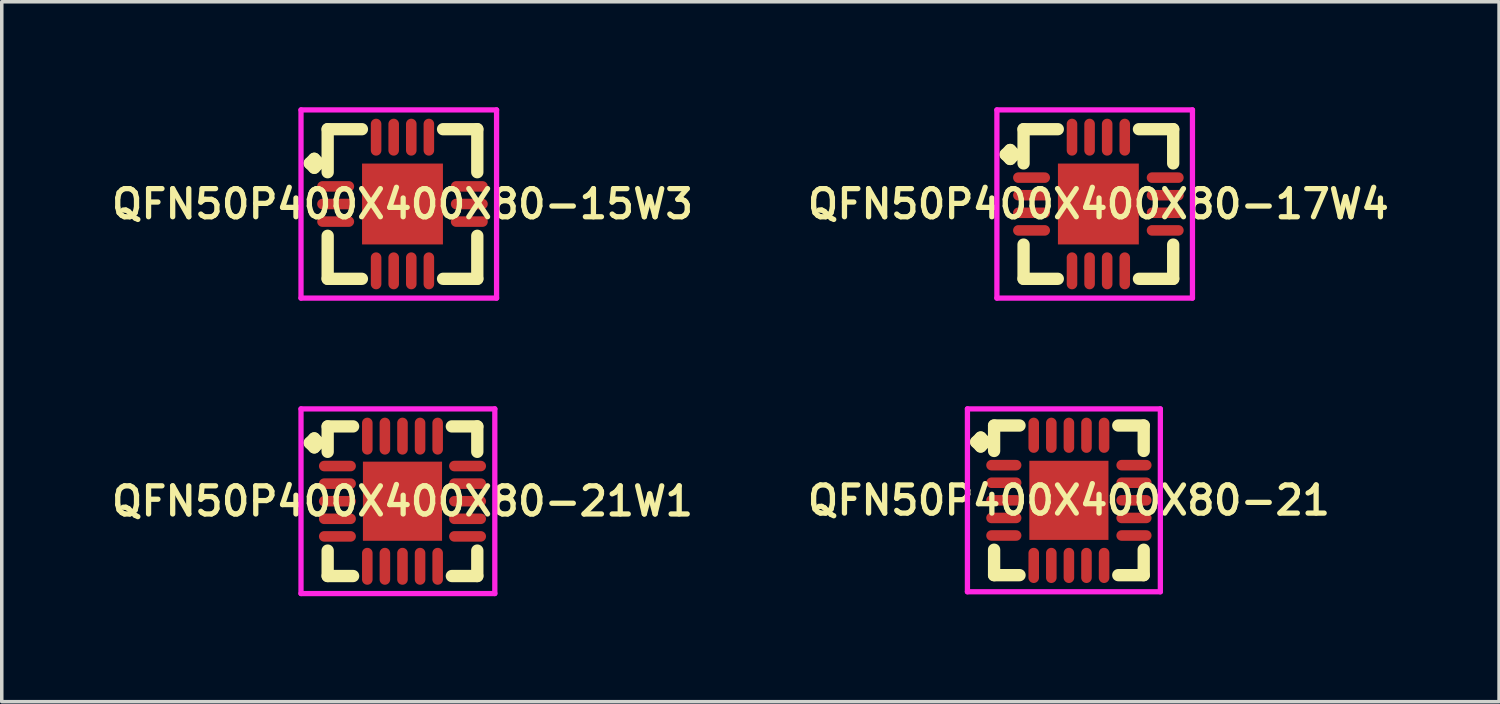
<source format=kicad_pcb>
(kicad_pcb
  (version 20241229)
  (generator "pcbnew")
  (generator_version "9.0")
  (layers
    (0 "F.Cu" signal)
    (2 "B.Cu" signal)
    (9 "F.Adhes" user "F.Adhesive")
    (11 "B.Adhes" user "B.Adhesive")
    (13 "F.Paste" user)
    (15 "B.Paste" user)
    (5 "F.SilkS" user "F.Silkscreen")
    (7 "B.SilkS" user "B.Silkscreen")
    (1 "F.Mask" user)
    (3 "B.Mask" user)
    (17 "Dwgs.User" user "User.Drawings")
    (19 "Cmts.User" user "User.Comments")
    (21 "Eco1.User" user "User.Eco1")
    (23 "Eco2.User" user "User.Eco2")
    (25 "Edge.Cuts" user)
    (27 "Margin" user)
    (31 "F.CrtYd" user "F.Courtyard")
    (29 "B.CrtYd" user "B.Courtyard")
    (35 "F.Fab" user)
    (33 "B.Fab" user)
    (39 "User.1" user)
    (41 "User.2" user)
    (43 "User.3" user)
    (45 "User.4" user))
  (footprint "QFN50P400X400X80-21"
    (layer "F.Cu")
    (at 27.34 11.175)
    (property "Reference" "QFN50P400X400X80-21" (at 0 0 0) (layer "F.SilkS") (effects (font (size 0.8 0.8) (thickness 0.15))))
    (attr smd)
    (fp_line (start -2.635 -1.658) (end -2.508 -1.785) (stroke (width 0.35) (type solid)) (layer "F.SilkS"))
    (fp_line (start -2.508 -1.785) (end -2.381 -1.658) (stroke (width 0.35) (type solid)) (layer "F.SilkS"))
    (fp_line (start -2.508 -1.531) (end -2.635 -1.658) (stroke (width 0.35) (type solid)) (layer "F.SilkS"))
    (fp_line (start -2.381 -1.658) (end -2.508 -1.531) (stroke (width 0.35) (type solid)) (layer "F.SilkS"))
    (fp_line (start -2.127 -2.127) (end -1.404 -2.127) (stroke (width 0.35) (type solid)) (layer "F.SilkS"))
    (fp_line (start -2.127 -1.404) (end -2.127 -2.127) (stroke (width 0.35) (type solid)) (layer "F.SilkS"))
    (fp_line (start -2.127 1.404) (end -2.127 2.127) (stroke (width 0.35) (type solid)) (layer "F.SilkS"))
    (fp_line (start -2.127 2.127) (end -1.404 2.127) (stroke (width 0.35) (type solid)) (layer "F.SilkS"))
    (fp_line (start 1.404 -2.127) (end 2.127 -2.127) (stroke (width 0.35) (type solid)) (layer "F.SilkS"))
    (fp_line (start 1.404 2.127) (end 2.127 2.127) (stroke (width 0.35) (type solid)) (layer "F.SilkS"))
    (fp_line (start 2.127 -2.127) (end 2.127 -1.404) (stroke (width 0.35) (type solid)) (layer "F.SilkS"))
    (fp_line (start 2.127 2.127) (end 2.127 1.404) (stroke (width 0.35) (type solid)) (layer "F.SilkS"))
    (fp_line (start -2.885 -2.6) (end 2.6 -2.6) (stroke (width 0.15) (type solid)) (layer "F.CrtYd"))
    (fp_line (start -2.885 2.6) (end -2.885 -2.6) (stroke (width 0.15) (type solid)) (layer "F.CrtYd"))
    (fp_line (start 2.6 -2.6) (end 2.6 2.6) (stroke (width 0.15) (type solid)) (layer "F.CrtYd"))
    (fp_line (start 2.6 2.6) (end -2.885 2.6) (stroke (width 0.15) (type solid)) (layer "F.CrtYd"))
    (pad "1" smd oval (at -1.85 -1) (size 1 0.3) (layers "F.Cu" "F.Mask" "F.Paste"))
    (pad "2" smd oval (at -1.85 -0.5) (size 1 0.3) (layers "F.Cu" "F.Mask" "F.Paste"))
    (pad "3" smd oval (at -1.85 0) (size 1 0.3) (layers "F.Cu" "F.Mask" "F.Paste"))
    (pad "4" smd oval (at -1.85 0.5) (size 1 0.3) (layers "F.Cu" "F.Mask" "F.Paste"))
    (pad "5" smd oval (at -1.85 1) (size 1 0.3) (layers "F.Cu" "F.Mask" "F.Paste"))
    (pad "6" smd oval (at -1 1.85) (size 0.3 1) (layers "F.Cu" "F.Mask" "F.Paste"))
    (pad "7" smd oval (at -0.5 1.85) (size 0.3 1) (layers "F.Cu" "F.Mask" "F.Paste"))
    (pad "8" smd oval (at 0 1.85) (size 0.3 1) (layers "F.Cu" "F.Mask" "F.Paste"))
    (pad "9" smd oval (at 0.5 1.85) (size 0.3 1) (layers "F.Cu" "F.Mask" "F.Paste"))
    (pad "10" smd oval (at 1 1.85) (size 0.3 1) (layers "F.Cu" "F.Mask" "F.Paste"))
    (pad "11" smd oval (at 1.85 1) (size 1 0.3) (layers "F.Cu" "F.Mask" "F.Paste"))
    (pad "12" smd oval (at 1.85 0.5) (size 1 0.3) (layers "F.Cu" "F.Mask" "F.Paste"))
    (pad "13" smd oval (at 1.85 0) (size 1 0.3) (layers "F.Cu" "F.Mask" "F.Paste"))
    (pad "14" smd oval (at 1.85 -0.5) (size 1 0.3) (layers "F.Cu" "F.Mask" "F.Paste"))
    (pad "15" smd oval (at 1.85 -1) (size 1 0.3) (layers "F.Cu" "F.Mask" "F.Paste"))
    (pad "16" smd oval (at 1 -1.85) (size 0.3 1) (layers "F.Cu" "F.Mask" "F.Paste"))
    (pad "17" smd oval (at 0.5 -1.85) (size 0.3 1) (layers "F.Cu" "F.Mask" "F.Paste"))
    (pad "18" smd oval (at 0 -1.85) (size 0.3 1) (layers "F.Cu" "F.Mask" "F.Paste"))
    (pad "19" smd oval (at -0.5 -1.85) (size 0.3 1) (layers "F.Cu" "F.Mask" "F.Paste"))
    (pad "20" smd oval (at -1 -1.85) (size 0.3 1) (layers "F.Cu" "F.Mask" "F.Paste"))
    (pad "21" smd rect (at 0 0) (size 2.25 2.25) (layers "F.Cu" "F.Mask" "F.Paste")))
  (footprint "QFN50P400X400X80-21W1"
    (layer "F.Cu")
    (at 8.393 11.2)
    (property "Reference" "QFN50P400X400X80-21W1" (at 0 0 0) (layer "F.SilkS") (effects (font (size 0.8 0.8) (thickness 0.15))))
    (attr smd)
    (fp_line (start -2.635 -1.658) (end -2.508 -1.785) (stroke (width 0.35) (type solid)) (layer "F.SilkS"))
    (fp_line (start -2.508 -1.785) (end -2.381 -1.658) (stroke (width 0.35) (type solid)) (layer "F.SilkS"))
    (fp_line (start -2.508 -1.531) (end -2.635 -1.658) (stroke (width 0.35) (type solid)) (layer "F.SilkS"))
    (fp_line (start -2.381 -1.658) (end -2.508 -1.531) (stroke (width 0.35) (type solid)) (layer "F.SilkS"))
    (fp_line (start -2.127 -2.127) (end -1.404 -2.127) (stroke (width 0.35) (type solid)) (layer "F.SilkS"))
    (fp_line (start -2.127 -1.404) (end -2.127 -2.127) (stroke (width 0.35) (type solid)) (layer "F.SilkS"))
    (fp_line (start -2.127 1.404) (end -2.127 2.127) (stroke (width 0.35) (type solid)) (layer "F.SilkS"))
    (fp_line (start -2.127 2.127) (end -1.404 2.127) (stroke (width 0.35) (type solid)) (layer "F.SilkS"))
    (fp_line (start 1.404 -2.127) (end 2.127 -2.127) (stroke (width 0.35) (type solid)) (layer "F.SilkS"))
    (fp_line (start 1.404 2.127) (end 2.127 2.127) (stroke (width 0.35) (type solid)) (layer "F.SilkS"))
    (fp_line (start 2.127 -2.127) (end 2.127 -1.404) (stroke (width 0.35) (type solid)) (layer "F.SilkS"))
    (fp_line (start 2.127 2.127) (end 2.127 1.404) (stroke (width 0.35) (type solid)) (layer "F.SilkS"))
    (fp_line (start -2.885 -2.625) (end 2.625 -2.625) (stroke (width 0.15) (type solid)) (layer "F.CrtYd"))
    (fp_line (start -2.885 2.625) (end -2.885 -2.625) (stroke (width 0.15) (type solid)) (layer "F.CrtYd"))
    (fp_line (start 2.625 -2.625) (end 2.625 2.625) (stroke (width 0.15) (type solid)) (layer "F.CrtYd"))
    (fp_line (start 2.625 2.625) (end -2.885 2.625) (stroke (width 0.15) (type solid)) (layer "F.CrtYd"))
    (pad "1" smd oval (at -1.85 -1) (size 1.05 0.3) (layers "F.Cu" "F.Mask" "F.Paste"))
    (pad "2" smd oval (at -1.85 -0.5) (size 1.05 0.3) (layers "F.Cu" "F.Mask" "F.Paste"))
    (pad "3" smd oval (at -1.85 0) (size 1.05 0.3) (layers "F.Cu" "F.Mask" "F.Paste"))
    (pad "4" smd oval (at -1.85 0.5) (size 1.05 0.3) (layers "F.Cu" "F.Mask" "F.Paste"))
    (pad "5" smd oval (at -1.85 1) (size 1.05 0.3) (layers "F.Cu" "F.Mask" "F.Paste"))
    (pad "6" smd oval (at -1 1.85) (size 0.3 1.05) (layers "F.Cu" "F.Mask" "F.Paste"))
    (pad "7" smd oval (at -0.5 1.85) (size 0.3 1.05) (layers "F.Cu" "F.Mask" "F.Paste"))
    (pad "8" smd oval (at 0 1.85) (size 0.3 1.05) (layers "F.Cu" "F.Mask" "F.Paste"))
    (pad "9" smd oval (at 0.5 1.85) (size 0.3 1.05) (layers "F.Cu" "F.Mask" "F.Paste"))
    (pad "10" smd oval (at 1 1.85) (size 0.3 1.05) (layers "F.Cu" "F.Mask" "F.Paste"))
    (pad "11" smd oval (at 1.85 1) (size 1.05 0.3) (layers "F.Cu" "F.Mask" "F.Paste"))
    (pad "12" smd oval (at 1.85 0.5) (size 1.05 0.3) (layers "F.Cu" "F.Mask" "F.Paste"))
    (pad "13" smd oval (at 1.85 0) (size 1.05 0.3) (layers "F.Cu" "F.Mask" "F.Paste"))
    (pad "14" smd oval (at 1.85 -0.5) (size 1.05 0.3) (layers "F.Cu" "F.Mask" "F.Paste"))
    (pad "15" smd oval (at 1.85 -1) (size 1.05 0.3) (layers "F.Cu" "F.Mask" "F.Paste"))
    (pad "16" smd oval (at 1 -1.85) (size 0.3 1.05) (layers "F.Cu" "F.Mask" "F.Paste"))
    (pad "17" smd oval (at 0.5 -1.85) (size 0.3 1.05) (layers "F.Cu" "F.Mask" "F.Paste"))
    (pad "18" smd oval (at 0 -1.85) (size 0.3 1.05) (layers "F.Cu" "F.Mask" "F.Paste"))
    (pad "19" smd oval (at -0.5 -1.85) (size 0.3 1.05) (layers "F.Cu" "F.Mask" "F.Paste"))
    (pad "20" smd oval (at -1 -1.85) (size 0.3 1.05) (layers "F.Cu" "F.Mask" "F.Paste"))
    (pad "21" smd rect (at 0 0) (size 2.25 2.25) (layers "F.Cu" "F.Mask" "F.Paste")))
  (footprint "QFN50P400X400X80-17W4"
    (layer "F.Cu")
    (at 28.178 2.75)
    (property "Reference" "QFN50P400X400X80-17W4" (at 0 0 0) (layer "F.SilkS") (effects (font (size 0.8 0.8) (thickness 0.15))))
    (attr smd)
    (fp_line (start -2.635 -1.408) (end -2.508 -1.535) (stroke (width 0.35) (type solid)) (layer "F.SilkS"))
    (fp_line (start -2.508 -1.535) (end -2.381 -1.408) (stroke (width 0.35) (type solid)) (layer "F.SilkS"))
    (fp_line (start -2.508 -1.281) (end -2.635 -1.408) (stroke (width 0.35) (type solid)) (layer "F.SilkS"))
    (fp_line (start -2.381 -1.408) (end -2.508 -1.281) (stroke (width 0.35) (type solid)) (layer "F.SilkS"))
    (fp_line (start -2.127 -2.127) (end -1.154 -2.127) (stroke (width 0.35) (type solid)) (layer "F.SilkS"))
    (fp_line (start -2.127 -1.154) (end -2.127 -2.127) (stroke (width 0.35) (type solid)) (layer "F.SilkS"))
    (fp_line (start -2.127 1.154) (end -2.127 2.127) (stroke (width 0.35) (type solid)) (layer "F.SilkS"))
    (fp_line (start -2.127 2.127) (end -1.154 2.127) (stroke (width 0.35) (type solid)) (layer "F.SilkS"))
    (fp_line (start 1.154 -2.127) (end 2.127 -2.127) (stroke (width 0.35) (type solid)) (layer "F.SilkS"))
    (fp_line (start 1.154 2.127) (end 2.127 2.127) (stroke (width 0.35) (type solid)) (layer "F.SilkS"))
    (fp_line (start 2.127 -2.127) (end 2.127 -1.154) (stroke (width 0.35) (type solid)) (layer "F.SilkS"))
    (fp_line (start 2.127 2.127) (end 2.127 1.154) (stroke (width 0.35) (type solid)) (layer "F.SilkS"))
    (fp_line (start -2.885 -2.675) (end 2.675 -2.675) (stroke (width 0.15) (type solid)) (layer "F.CrtYd"))
    (fp_line (start -2.885 2.675) (end -2.885 -2.675) (stroke (width 0.15) (type solid)) (layer "F.CrtYd"))
    (fp_line (start 2.675 -2.675) (end 2.675 2.675) (stroke (width 0.15) (type solid)) (layer "F.CrtYd"))
    (fp_line (start 2.675 2.675) (end -2.885 2.675) (stroke (width 0.15) (type solid)) (layer "F.CrtYd"))
    (pad "1" smd oval (at -1.9 -0.75) (size 1.05 0.3) (layers "F.Cu" "F.Mask" "F.Paste"))
    (pad "2" smd oval (at -1.9 -0.25) (size 1.05 0.3) (layers "F.Cu" "F.Mask" "F.Paste"))
    (pad "3" smd oval (at -1.9 0.25) (size 1.05 0.3) (layers "F.Cu" "F.Mask" "F.Paste"))
    (pad "4" smd oval (at -1.9 0.75) (size 1.05 0.3) (layers "F.Cu" "F.Mask" "F.Paste"))
    (pad "5" smd oval (at -0.75 1.9) (size 0.3 1.05) (layers "F.Cu" "F.Mask" "F.Paste"))
    (pad "6" smd oval (at -0.25 1.9) (size 0.3 1.05) (layers "F.Cu" "F.Mask" "F.Paste"))
    (pad "7" smd oval (at 0.25 1.9) (size 0.3 1.05) (layers "F.Cu" "F.Mask" "F.Paste"))
    (pad "8" smd oval (at 0.75 1.9) (size 0.3 1.05) (layers "F.Cu" "F.Mask" "F.Paste"))
    (pad "9" smd oval (at 1.9 0.75) (size 1.05 0.3) (layers "F.Cu" "F.Mask" "F.Paste"))
    (pad "10" smd oval (at 1.9 0.25) (size 1.05 0.3) (layers "F.Cu" "F.Mask" "F.Paste"))
    (pad "11" smd oval (at 1.9 -0.25) (size 1.05 0.3) (layers "F.Cu" "F.Mask" "F.Paste"))
    (pad "12" smd oval (at 1.9 -0.75) (size 1.05 0.3) (layers "F.Cu" "F.Mask" "F.Paste"))
    (pad "13" smd oval (at 0.75 -1.9) (size 0.3 1.05) (layers "F.Cu" "F.Mask" "F.Paste"))
    (pad "14" smd oval (at 0.25 -1.9) (size 0.3 1.05) (layers "F.Cu" "F.Mask" "F.Paste"))
    (pad "15" smd oval (at -0.25 -1.9) (size 0.3 1.05) (layers "F.Cu" "F.Mask" "F.Paste"))
    (pad "16" smd oval (at -0.75 -1.9) (size 0.3 1.05) (layers "F.Cu" "F.Mask" "F.Paste"))
    (pad "17" smd rect (at 0 0) (size 2.3 2.3) (layers "F.Cu" "F.Mask" "F.Paste")))
  (footprint "QFN50P400X400X80-15W3"
    (layer "F.Cu")
    (at 8.393 2.75)
    (property "Reference" "QFN50P400X400X80-15W3" (at 0 0 0) (layer "F.SilkS") (effects (font (size 0.8 0.8) (thickness 0.15))))
    (attr through_hole)
    (fp_line (start -2.635 -1.158) (end -2.508 -1.285) (stroke (width 0.35) (type solid)) (layer "F.SilkS"))
    (fp_line (start -2.508 -1.285) (end -2.381 -1.158) (stroke (width 0.35) (type solid)) (layer "F.SilkS"))
    (fp_line (start -2.508 -1.031) (end -2.635 -1.158) (stroke (width 0.35) (type solid)) (layer "F.SilkS"))
    (fp_line (start -2.381 -1.158) (end -2.508 -1.031) (stroke (width 0.35) (type solid)) (layer "F.SilkS"))
    (fp_line (start -2.127 -2.127) (end -1.154 -2.127) (stroke (width 0.35) (type solid)) (layer "F.SilkS"))
    (fp_line (start -2.127 -0.904) (end -2.127 -2.127) (stroke (width 0.35) (type solid)) (layer "F.SilkS"))
    (fp_line (start -2.127 0.904) (end -2.127 2.127) (stroke (width 0.35) (type solid)) (layer "F.SilkS"))
    (fp_line (start -2.127 2.127) (end -1.154 2.127) (stroke (width 0.35) (type solid)) (layer "F.SilkS"))
    (fp_line (start 1.154 -2.127) (end 2.127 -2.127) (stroke (width 0.35) (type solid)) (layer "F.SilkS"))
    (fp_line (start 1.154 2.127) (end 2.127 2.127) (stroke (width 0.35) (type solid)) (layer "F.SilkS"))
    (fp_line (start 2.127 -2.127) (end 2.127 -0.904) (stroke (width 0.35) (type solid)) (layer "F.SilkS"))
    (fp_line (start 2.127 2.127) (end 2.127 0.904) (stroke (width 0.35) (type solid)) (layer "F.SilkS"))
    (fp_line (start -2.885 -2.675) (end 2.675 -2.675) (stroke (width 0.15) (type solid)) (layer "F.CrtYd"))
    (fp_line (start -2.885 2.675) (end -2.885 -2.675) (stroke (width 0.15) (type solid)) (layer "F.CrtYd"))
    (fp_line (start 2.675 -2.675) (end 2.675 2.675) (stroke (width 0.15) (type solid)) (layer "F.CrtYd"))
    (fp_line (start 2.675 2.675) (end -2.885 2.675) (stroke (width 0.15) (type solid)) (layer "F.CrtYd"))
    (pad "1" smd oval (at -1.9 -0.5) (size 1.05 0.3) (layers "F.Cu" "F.Mask" "F.Paste"))
    (pad "2" smd oval (at -1.9 0) (size 1.05 0.3) (layers "F.Cu" "F.Mask" "F.Paste"))
    (pad "3" smd oval (at -1.9 0.5) (size 1.05 0.3) (layers "F.Cu" "F.Mask" "F.Paste"))
    (pad "4" smd oval (at -0.75 1.9) (size 0.3 1.05) (layers "F.Cu" "F.Mask" "F.Paste"))
    (pad "5" smd oval (at -0.25 1.9) (size 0.3 1.05) (layers "F.Cu" "F.Mask" "F.Paste"))
    (pad "6" smd oval (at 0.25 1.9) (size 0.3 1.05) (layers "F.Cu" "F.Mask" "F.Paste"))
    (pad "7" smd oval (at 0.75 1.9) (size 0.3 1.05) (layers "F.Cu" "F.Mask" "F.Paste"))
    (pad "8" smd oval (at 1.9 0.5) (size 1.05 0.3) (layers "F.Cu" "F.Mask" "F.Paste"))
    (pad "9" smd oval (at 1.9 0) (size 1.05 0.3) (layers "F.Cu" "F.Mask" "F.Paste"))
    (pad "10" smd oval (at 1.9 -0.5) (size 1.05 0.3) (layers "F.Cu" "F.Mask" "F.Paste"))
    (pad "11" smd oval (at 0.75 -1.9) (size 0.3 1.05) (layers "F.Cu" "F.Mask" "F.Paste"))
    (pad "12" smd oval (at 0.25 -1.9) (size 0.3 1.05) (layers "F.Cu" "F.Mask" "F.Paste"))
    (pad "13" smd oval (at -0.25 -1.9) (size 0.3 1.05) (layers "F.Cu" "F.Mask" "F.Paste"))
    (pad "14" smd oval (at -0.75 -1.9) (size 0.3 1.05) (layers "F.Cu" "F.Mask" "F.Paste"))
    (pad "15" smd rect (at 0 0) (size 2.3 2.3) (layers "F.Cu" "F.Mask" "F.Paste")))
  (gr_rect
    (start -3 -3)
    (end 39.57 16.9)
    (stroke (width 0.1) (type default))
    (fill no)
    (layer "Edge.Cuts")))
</source>
